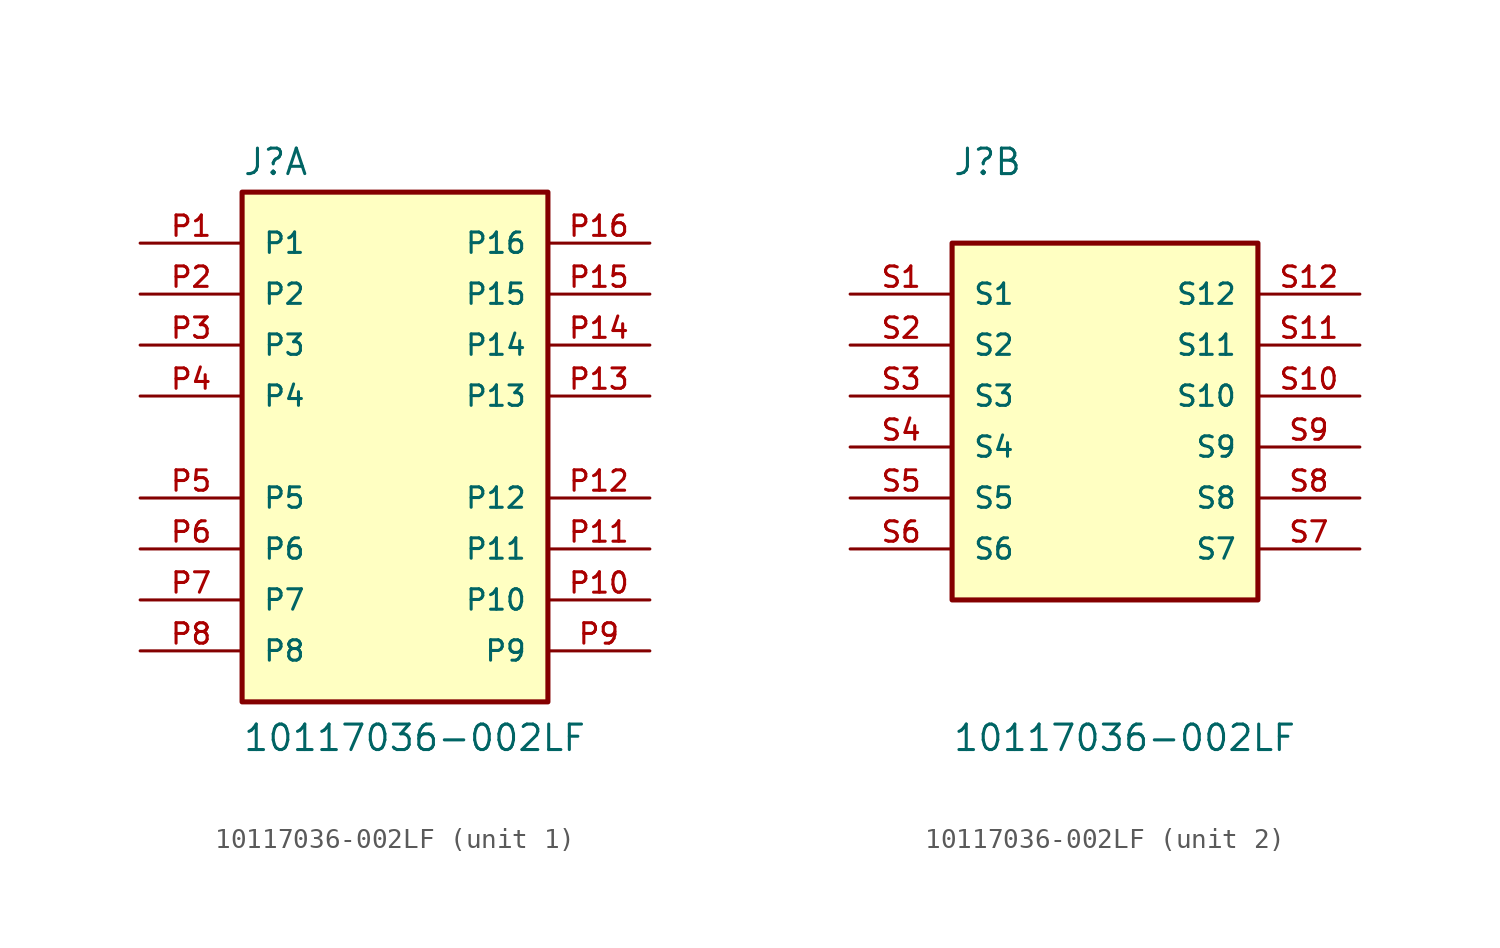
<source format=kicad_sym>
(kicad_symbol_lib
  (version 20211014)
  (generator kicad_symbol_editor)
  (symbol "10117036-002LF"
    (pin_names
      (offset 1.016))
    (property "Reference" "J"
      (at -7.62 13.462 0)
      (effects (font (size 1.27 1.27)) (justify bottom left)))
    (property "Value" "10117036-002LF"
      (at -7.62 -15.24 0)
      (effects (font (size 1.27 1.27)) (justify bottom left)))
    (symbol "10117036-002LF_1_0"
      (rectangle (start -7.62 -12.7) (end 7.62 12.7) (stroke (width 0.254)) (fill (type background)))
      (pin power_in line (at -12.7 10.16 0) (length 5.08) (name "P1" (effects (font (size 1.016 1.016)))) (number "P1" (effects (font (size 1.016 1.016)))))
      (pin power_in line (at -12.7 7.62 0) (length 5.08) (name "P2" (effects (font (size 1.016 1.016)))) (number "P2" (effects (font (size 1.016 1.016)))))
      (pin power_in line (at -12.7 5.08 0) (length 5.08) (name "P3" (effects (font (size 1.016 1.016)))) (number "P3" (effects (font (size 1.016 1.016)))))
      (pin power_in line (at -12.7 2.54 0) (length 5.08) (name "P4" (effects (font (size 1.016 1.016)))) (number "P4" (effects (font (size 1.016 1.016)))))
      (pin power_in line (at -12.7 -2.54 0) (length 5.08) (name "P5" (effects (font (size 1.016 1.016)))) (number "P5" (effects (font (size 1.016 1.016)))))
      (pin power_in line (at -12.7 -5.08 0) (length 5.08) (name "P6" (effects (font (size 1.016 1.016)))) (number "P6" (effects (font (size 1.016 1.016)))))
      (pin power_in line (at -12.7 -7.62 0) (length 5.08) (name "P7" (effects (font (size 1.016 1.016)))) (number "P7" (effects (font (size 1.016 1.016)))))
      (pin power_in line (at -12.7 -10.16 0) (length 5.08) (name "P8" (effects (font (size 1.016 1.016)))) (number "P8" (effects (font (size 1.016 1.016)))))
      (pin power_in line (at 12.7 -10.16 180.0) (length 5.08) (name "P9" (effects (font (size 1.016 1.016)))) (number "P9" (effects (font (size 1.016 1.016)))))
      (pin power_in line (at 12.7 -7.62 180.0) (length 5.08) (name "P10" (effects (font (size 1.016 1.016)))) (number "P10" (effects (font (size 1.016 1.016)))))
      (pin power_in line (at 12.7 -5.08 180.0) (length 5.08) (name "P11" (effects (font (size 1.016 1.016)))) (number "P11" (effects (font (size 1.016 1.016)))))
      (pin power_in line (at 12.7 -2.54 180.0) (length 5.08) (name "P12" (effects (font (size 1.016 1.016)))) (number "P12" (effects (font (size 1.016 1.016)))))
      (pin power_in line (at 12.7 2.54 180.0) (length 5.08) (name "P13" (effects (font (size 1.016 1.016)))) (number "P13" (effects (font (size 1.016 1.016)))))
      (pin power_in line (at 12.7 5.08 180.0) (length 5.08) (name "P14" (effects (font (size 1.016 1.016)))) (number "P14" (effects (font (size 1.016 1.016)))))
      (pin power_in line (at 12.7 7.62 180.0) (length 5.08) (name "P15" (effects (font (size 1.016 1.016)))) (number "P15" (effects (font (size 1.016 1.016)))))
      (pin power_in line (at 12.7 10.16 180.0) (length 5.08) (name "P16" (effects (font (size 1.016 1.016)))) (number "P16" (effects (font (size 1.016 1.016))))))
    (symbol "10117036-002LF_2_0"
      (rectangle (start -7.62 -7.62) (end 7.62 10.16) (stroke (width 0.254)) (fill (type background)))
      (pin passive line (at -12.7 7.62 0) (length 5.08) (name "S1" (effects (font (size 1.016 1.016)))) (number "S1" (effects (font (size 1.016 1.016)))))
      (pin passive line (at -12.7 5.08 0) (length 5.08) (name "S2" (effects (font (size 1.016 1.016)))) (number "S2" (effects (font (size 1.016 1.016)))))
      (pin passive line (at -12.7 2.54 0) (length 5.08) (name "S3" (effects (font (size 1.016 1.016)))) (number "S3" (effects (font (size 1.016 1.016)))))
      (pin passive line (at -12.7 0.0 0) (length 5.08) (name "S4" (effects (font (size 1.016 1.016)))) (number "S4" (effects (font (size 1.016 1.016)))))
      (pin passive line (at -12.7 -2.54 0) (length 5.08) (name "S5" (effects (font (size 1.016 1.016)))) (number "S5" (effects (font (size 1.016 1.016)))))
      (pin passive line (at -12.7 -5.08 0) (length 5.08) (name "S6" (effects (font (size 1.016 1.016)))) (number "S6" (effects (font (size 1.016 1.016)))))
      (pin passive line (at 12.7 -5.08 180.0) (length 5.08) (name "S7" (effects (font (size 1.016 1.016)))) (number "S7" (effects (font (size 1.016 1.016)))))
      (pin passive line (at 12.7 -2.54 180.0) (length 5.08) (name "S8" (effects (font (size 1.016 1.016)))) (number "S8" (effects (font (size 1.016 1.016)))))
      (pin passive line (at 12.7 0.0 180.0) (length 5.08) (name "S9" (effects (font (size 1.016 1.016)))) (number "S9" (effects (font (size 1.016 1.016)))))
      (pin passive line (at 12.7 2.54 180.0) (length 5.08) (name "S10" (effects (font (size 1.016 1.016)))) (number "S10" (effects (font (size 1.016 1.016)))))
      (pin passive line (at 12.7 5.08 180.0) (length 5.08) (name "S11" (effects (font (size 1.016 1.016)))) (number "S11" (effects (font (size 1.016 1.016)))))
      (pin passive line (at 12.7 7.62 180.0) (length 5.08) (name "S12" (effects (font (size 1.016 1.016)))) (number "S12" (effects (font (size 1.016 1.016))))))))
</source>
